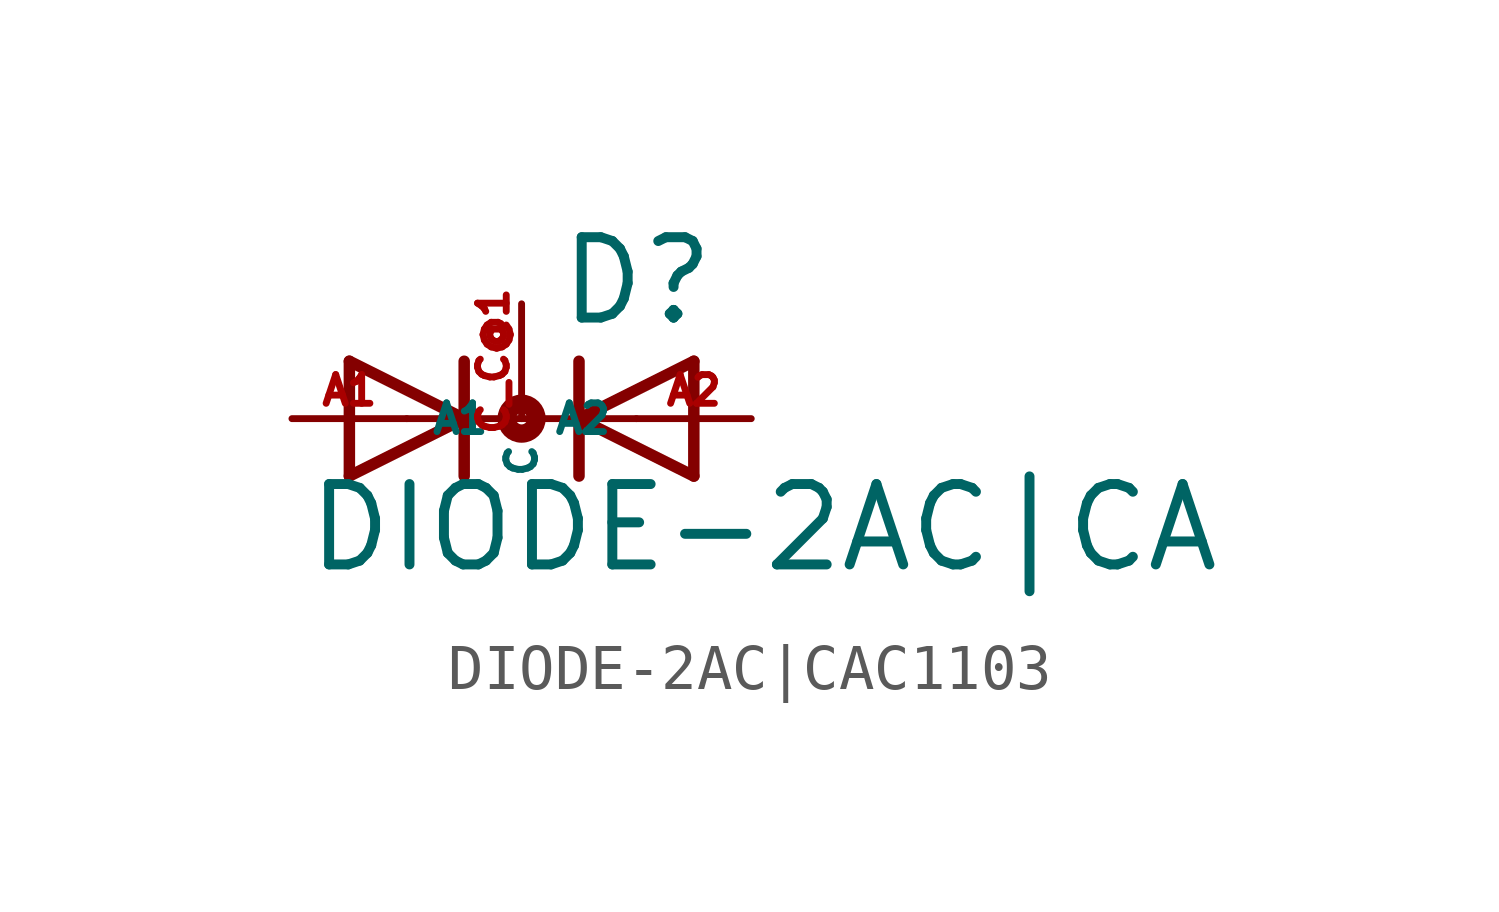
<source format=kicad_sym>
(kicad_symbol_lib
  (version 20220914)
  (generator Eagle2Kicad)
  (symbol "DIODE-2AC|CAC1103"
    (property "Reference" "D"
      (at 0.762 2.007 0)
      (effects (font (size 1.778 1.778) (thickness 0.22)) (justify left bottom)))
    (property "Value" "DIODE-2AC|CA"
      (at -4.826 -3.454 0)
      (effects (font (size 1.778 1.778) (thickness 0.22)) (justify left bottom)))
    (polyline
      (pts (xy -3.81 -1.27) (xy -1.27 0))
      (stroke (width 0.254) (type default))
      (fill (type none)))
    (polyline
      (pts (xy -1.27 0) (xy -3.81 1.27))
      (stroke (width 0.254) (type default))
      (fill (type none)))
    (polyline
      (pts (xy -1.27 1.27) (xy -1.27 0))
      (stroke (width 0.254) (type default))
      (fill (type none)))
    (polyline
      (pts (xy -2.54 0) (xy -1.27 0))
      (stroke (width 0.152) (type default))
      (fill (type none)))
    (polyline
      (pts (xy -3.81 1.27) (xy -3.81 -1.27))
      (stroke (width 0.254) (type default))
      (fill (type none)))
    (polyline
      (pts (xy -1.27 0) (xy -1.27 -1.27))
      (stroke (width 0.254) (type default))
      (fill (type none)))
    (polyline
      (pts (xy 3.81 1.27) (xy 1.27 0))
      (stroke (width 0.254) (type default))
      (fill (type none)))
    (polyline
      (pts (xy 1.27 0) (xy 3.81 -1.27))
      (stroke (width 0.254) (type default))
      (fill (type none)))
    (polyline
      (pts (xy 1.27 -1.27) (xy 1.27 0))
      (stroke (width 0.254) (type default))
      (fill (type none)))
    (polyline
      (pts (xy -1.27 0) (xy 1.27 0))
      (stroke (width 0.152) (type default))
      (fill (type none)))
    (polyline
      (pts (xy 2.54 0) (xy 1.27 0))
      (stroke (width 0.152) (type default))
      (fill (type none)))
    (polyline
      (pts (xy 3.81 -1.27) (xy 3.81 1.27))
      (stroke (width 0.254) (type default))
      (fill (type none)))
    (polyline
      (pts (xy 1.27 0) (xy 1.27 1.27))
      (stroke (width 0.254) (type default))
      (fill (type none)))
    (circle
      (center 0 0)
      (radius 0.127)
      (stroke (width 0.406) (type default))
      (fill (type none)))
    (pin passive line
      (at -5.08 0 0)
      (length 2.54)
      (name "A1" (effects (font (size 0.635 0.635) (thickness 0.08)) (justify left bottom)))
      (number "A1" (effects (font (size 0.635 0.635) (thickness 0.08)) (justify left bottom))))
    (pin passive line
      (at 5.08 0 180)
      (length 2.54)
      (name "A2" (effects (font (size 0.635 0.635) (thickness 0.08)) (justify left bottom)))
      (number "A2" (effects (font (size 0.635 0.635) (thickness 0.08)) (justify left bottom))))
    (pin passive line
      (at 0 2.54 270)
      (length 2.54)
      (name "C" (effects (font (size 0.635 0.635) (thickness 0.08)) (justify left bottom)))
      (number "C C@1" (effects (font (size 0.635 0.635) (thickness 0.08)) (justify left bottom))))))
</source>
